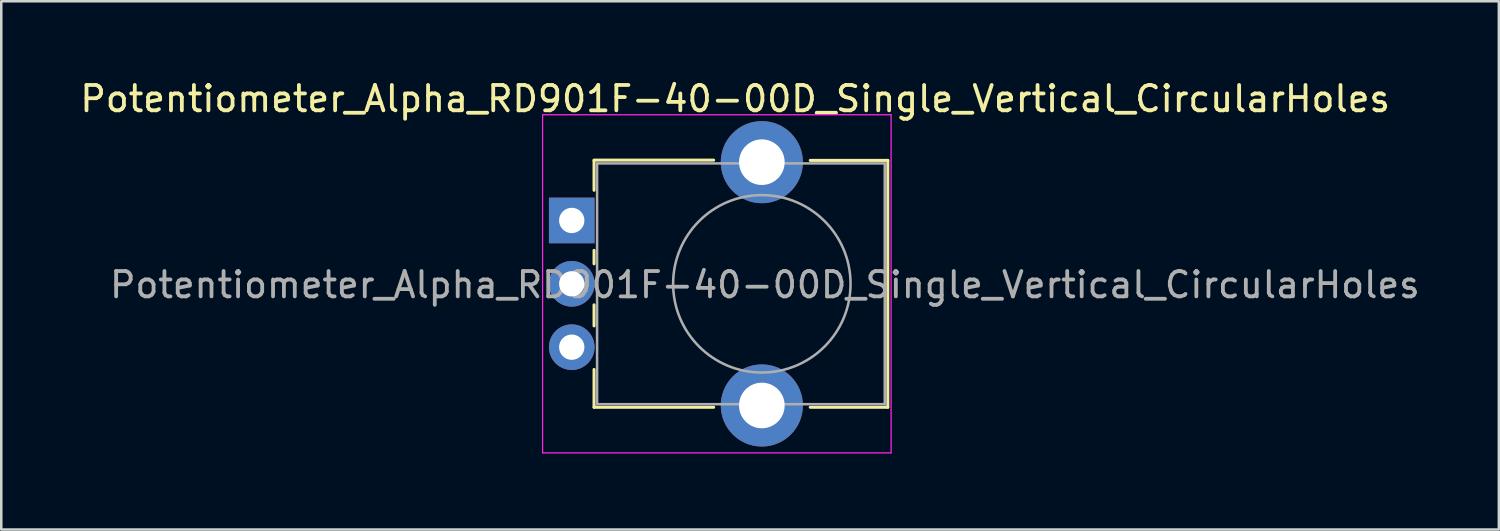
<source format=kicad_pcb>
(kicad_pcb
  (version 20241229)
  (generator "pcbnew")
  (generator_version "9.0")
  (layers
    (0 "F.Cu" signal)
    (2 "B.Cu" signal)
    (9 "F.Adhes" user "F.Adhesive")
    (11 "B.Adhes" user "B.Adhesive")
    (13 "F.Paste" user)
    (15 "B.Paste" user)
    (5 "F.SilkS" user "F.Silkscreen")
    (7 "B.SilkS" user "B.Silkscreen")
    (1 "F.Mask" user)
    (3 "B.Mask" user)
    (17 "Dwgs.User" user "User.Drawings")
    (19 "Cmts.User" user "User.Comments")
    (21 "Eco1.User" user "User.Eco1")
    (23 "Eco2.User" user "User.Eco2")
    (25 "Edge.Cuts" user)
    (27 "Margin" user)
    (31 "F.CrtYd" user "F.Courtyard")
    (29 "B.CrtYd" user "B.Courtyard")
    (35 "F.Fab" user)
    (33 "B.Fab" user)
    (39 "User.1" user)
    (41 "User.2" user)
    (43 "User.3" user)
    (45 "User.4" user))
  (footprint "Potentiometer_Alpha_RD901F-40-00D_Single_Vertical_CircularHoles"
    (layer "F.Cu")
    (at 19.508 5.648)
    (property "Reference" "Potentiometer_Alpha_RD901F-40-00D_Single_Vertical_CircularHoles" (at 6.45 -4.8 180) (layer "F.SilkS") (effects (font (size 1 1) (thickness 0.15))))
    (attr through_hole)
    (fp_line (start 0.88 -2.38) (end 5.6 -2.38) (stroke (width 0.12) (type solid)) (layer "F.SilkS"))
    (fp_line (start 0.88 -1.19) (end 0.88 -2.37) (stroke (width 0.12) (type solid)) (layer "F.SilkS"))
    (fp_line (start 0.88 1.71) (end 0.88 1.18) (stroke (width 0.12) (type solid)) (layer "F.SilkS"))
    (fp_line (start 0.88 4.16) (end 0.88 3.33) (stroke (width 0.12) (type solid)) (layer "F.SilkS"))
    (fp_line (start 0.88 7.37) (end 0.88 5.88) (stroke (width 0.12) (type solid)) (layer "F.SilkS"))
    (fp_line (start 0.88 7.37) (end 5.6 7.37) (stroke (width 0.12) (type solid)) (layer "F.SilkS"))
    (fp_line (start 9.41 -2.37) (end 12.47 -2.37) (stroke (width 0.12) (type solid)) (layer "F.SilkS"))
    (fp_line (start 9.41 7.37) (end 12.47 7.37) (stroke (width 0.12) (type solid)) (layer "F.SilkS"))
    (fp_line (start 12.47 7.37) (end 12.47 -2.37) (stroke (width 0.12) (type solid)) (layer "F.SilkS"))
    (fp_line (start -1.15 -4.17) (end -1.15 9.17) (stroke (width 0.05) (type solid)) (layer "F.CrtYd"))
    (fp_line (start -1.15 9.17) (end 12.6 9.17) (stroke (width 0.05) (type solid)) (layer "F.CrtYd"))
    (fp_line (start 12.6 -4.17) (end -1.15 -4.17) (stroke (width 0.05) (type solid)) (layer "F.CrtYd"))
    (fp_line (start 12.6 9.17) (end 12.6 -4.17) (stroke (width 0.05) (type solid)) (layer "F.CrtYd"))
    (fp_line (start 1 -2.25) (end 12.35 -2.25) (stroke (width 0.1) (type solid)) (layer "F.Fab"))
    (fp_line (start 1 7.25) (end 1 -2.25) (stroke (width 0.1) (type solid)) (layer "F.Fab"))
    (fp_line (start 1 7.25) (end 12.35 7.25) (stroke (width 0.1) (type solid)) (layer "F.Fab"))
    (fp_line (start 12.35 7.25) (end 12.35 -2.25) (stroke (width 0.1) (type solid)) (layer "F.Fab"))
    (fp_circle (center 7.5 2.5) (end 7.5 -1) (stroke (width 0.1) (type solid)) (fill no) (layer "F.Fab"))
    (fp_text user "${REFERENCE}" (at 7.62 2.54 0) (layer "F.Fab") (effects (font (size 1 1) (thickness 0.15))))
    (pad "" thru_hole circle (at 7.5 -2.3 90) (size 3.24 3.24) (drill 1.8) (layers "*.Cu" "*.Mask"))
    (pad "" thru_hole circle (at 7.5 7.3 90) (size 3.24 3.24) (drill 1.8) (layers "*.Cu" "*.Mask"))
    (pad "1" thru_hole rect (at 0 0 90) (size 1.8 1.8) (drill 1) (layers "*.Cu" "*.Mask"))
    (pad "2" thru_hole circle (at 0 2.5 90) (size 1.8 1.8) (drill 1) (layers "*.Cu" "*.Mask"))
    (pad "3" thru_hole circle (at 0 5 90) (size 1.8 1.8) (drill 1) (layers "*.Cu" "*.Mask")))
  (gr_rect
    (start -3 -3)
    (end 56.087 17.843)
    (stroke (width 0.1) (type default))
    (fill no)
    (layer "Edge.Cuts")))
</source>
